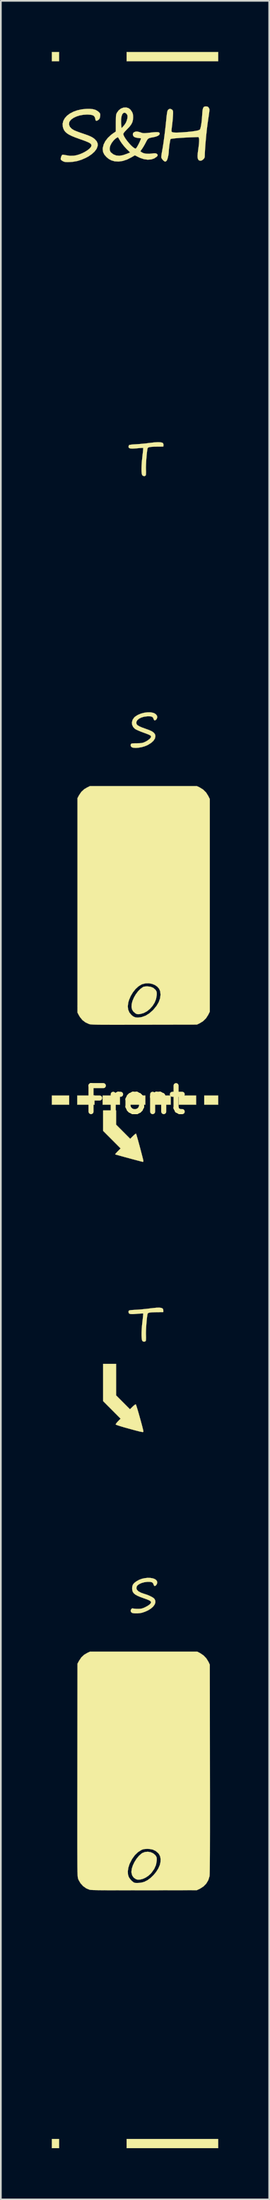
<source format=kicad_pcb>
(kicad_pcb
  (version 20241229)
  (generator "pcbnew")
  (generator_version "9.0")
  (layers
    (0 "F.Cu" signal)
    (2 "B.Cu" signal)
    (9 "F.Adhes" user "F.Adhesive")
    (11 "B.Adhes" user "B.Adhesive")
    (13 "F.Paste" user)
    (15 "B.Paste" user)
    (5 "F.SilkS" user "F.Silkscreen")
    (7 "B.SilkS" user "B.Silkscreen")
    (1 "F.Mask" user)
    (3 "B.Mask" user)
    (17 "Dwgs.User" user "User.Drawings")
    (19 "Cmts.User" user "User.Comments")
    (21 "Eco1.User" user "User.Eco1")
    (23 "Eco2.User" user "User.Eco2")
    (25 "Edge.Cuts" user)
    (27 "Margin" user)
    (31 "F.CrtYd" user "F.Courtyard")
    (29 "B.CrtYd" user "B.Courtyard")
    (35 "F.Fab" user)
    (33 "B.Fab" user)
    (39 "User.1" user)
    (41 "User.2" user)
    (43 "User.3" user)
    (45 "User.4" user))
  (footprint "Front"
    (layer "F.Cu")
    (at 4.887 61.501)
    (property "Reference" "Front" (at 0 0 0) (layer "F.SilkS") (effects (font (size 1.524 1.524) (thickness 0.3))))
    (attr through_hole)
    (fp_poly (pts (xy -4.459 -60.96) (xy -4.882 -60.96) (xy -4.882 -61.496) (xy -4.459 -61.496) (xy -4.459 -60.96)) (stroke (width 0.01) (type solid)) (fill yes) (layer "F.SilkS"))
    (fp_poly (pts (xy -4.459 61.524) (xy -4.882 61.524) (xy -4.882 60.988) (xy -4.459 60.988) (xy -4.459 61.524)) (stroke (width 0.01) (type solid)) (fill yes) (layer "F.SilkS"))
    (fp_poly (pts (xy -3.866 0.282) (xy -4.882 0.282) (xy -4.882 -0.254) (xy -3.866 -0.254) (xy -3.866 0.282)) (stroke (width 0.01) (type solid)) (fill yes) (layer "F.SilkS"))
    (fp_poly (pts (xy -2.371 0.282) (xy -3.387 0.282) (xy -3.387 -0.254) (xy -2.371 -0.254) (xy -2.371 0.282)) (stroke (width 0.01) (type solid)) (fill yes) (layer "F.SilkS"))
    (fp_poly (pts (xy -0.875 0.282) (xy -1.891 0.282) (xy -1.891 -0.254) (xy -0.875 -0.254) (xy -0.875 0.282)) (stroke (width 0.01) (type solid)) (fill yes) (layer "F.SilkS"))
    (fp_poly (pts (xy 0.621 0.282) (xy -0.395 0.282) (xy -0.395 -0.254) (xy 0.621 -0.254) (xy 0.621 0.282)) (stroke (width 0.01) (type solid)) (fill yes) (layer "F.SilkS"))
    (fp_poly (pts (xy 2.117 0.282) (xy 1.101 0.282) (xy 1.101 -0.254) (xy 2.117 -0.254) (xy 2.117 0.282)) (stroke (width 0.01) (type solid)) (fill yes) (layer "F.SilkS"))
    (fp_poly (pts (xy 3.612 0.282) (xy 2.596 0.282) (xy 2.596 -0.254) (xy 3.612 -0.254) (xy 3.612 0.282)) (stroke (width 0.01) (type solid)) (fill yes) (layer "F.SilkS"))
    (fp_poly (pts (xy 4.911 -60.96) (xy -0.48 -60.96) (xy -0.48 -61.496) (xy 4.911 -61.496) (xy 4.911 -60.96)) (stroke (width 0.01) (type solid)) (fill yes) (layer "F.SilkS"))
    (fp_poly (pts (xy 4.911 0.282) (xy 4.092 0.282) (xy 4.092 -0.254) (xy 4.911 -0.254) (xy 4.911 0.282)) (stroke (width 0.01) (type solid)) (fill yes) (layer "F.SilkS"))
    (fp_poly (pts (xy 4.911 61.524) (xy -0.48 61.524) (xy -0.48 60.988) (xy 4.911 60.988) (xy 4.911 61.524)) (stroke (width 0.01) (type solid)) (fill yes) (layer "F.SilkS"))
    (fp_poly (pts (xy 0.933 44.154) (xy 1.083 44.221) (xy 1.206 44.325) (xy 1.236 44.365) (xy 1.272 44.425) (xy 1.291 44.484) (xy 1.296 44.561) (xy 1.291 44.668) (xy 1.249 44.901) (xy 1.15 45.128) (xy 0.995 45.348) (xy 0.941 45.41) (xy 0.797 45.541) (xy 0.637 45.646) (xy 0.471 45.721) (xy 0.311 45.762) (xy 0.166 45.764) (xy 0.071 45.738) (xy -0.059 45.649) (xy -0.149 45.524) (xy -0.193 45.369) (xy -0.198 45.298) (xy -0.175 45.121) (xy -0.112 44.927) (xy -0.017 44.73) (xy 0.102 44.541) (xy 0.239 44.375) (xy 0.385 44.244) (xy 0.448 44.202) (xy 0.602 44.142) (xy 0.768 44.126) (xy 0.933 44.154)) (stroke (width 0.01) (type solid)) (fill yes) (layer "F.SilkS"))
    (fp_poly (pts (xy 0.926 -6.639) (xy 1.084 -6.576) (xy 1.206 -6.475) (xy 1.237 -6.435) (xy 1.273 -6.374) (xy 1.291 -6.314) (xy 1.296 -6.234) (xy 1.291 -6.135) (xy 1.252 -5.917) (xy 1.168 -5.706) (xy 1.044 -5.51) (xy 0.889 -5.337) (xy 0.711 -5.195) (xy 0.516 -5.093) (xy 0.311 -5.037) (xy 0.28 -5.033) (xy 0.18 -5.028) (xy 0.109 -5.041) (xy 0.042 -5.077) (xy 0.031 -5.084) (xy -0.09 -5.189) (xy -0.161 -5.309) (xy -0.191 -5.443) (xy -0.183 -5.614) (xy -0.135 -5.805) (xy -0.052 -6.001) (xy 0.059 -6.193) (xy 0.19 -6.368) (xy 0.336 -6.515) (xy 0.488 -6.623) (xy 0.499 -6.628) (xy 0.56 -6.646) (xy 0.654 -6.657) (xy 0.74 -6.66) (xy 0.926 -6.639)) (stroke (width 0.01) (type solid)) (fill yes) (layer "F.SilkS"))
    (fp_poly (pts (xy -1.101 17.343) (xy -0.692 17.751) (xy -0.283 18.16) (xy -0.13 18.009) (xy -0.053 17.938) (xy 0.013 17.889) (xy 0.055 17.87) (xy 0.059 17.87) (xy 0.073 17.899) (xy 0.099 17.973) (xy 0.135 18.086) (xy 0.178 18.228) (xy 0.226 18.392) (xy 0.276 18.568) (xy 0.327 18.75) (xy 0.376 18.927) (xy 0.421 19.093) (xy 0.458 19.239) (xy 0.487 19.356) (xy 0.504 19.436) (xy 0.508 19.466) (xy 0.504 19.483) (xy 0.487 19.492) (xy 0.453 19.494) (xy 0.396 19.486) (xy 0.311 19.469) (xy 0.192 19.44) (xy 0.033 19.399) (xy -0.17 19.344) (xy -0.365 19.291) (xy -0.569 19.235) (xy -0.75 19.182) (xy -0.903 19.135) (xy -1.02 19.097) (xy -1.096 19.068) (xy -1.123 19.052) (xy -1.111 19.016) (xy -1.066 18.954) (xy -0.998 18.877) (xy -0.985 18.863) (xy -0.834 18.711) (xy -1.348 18.196) (xy -1.863 17.681) (xy -1.863 15.494) (xy -1.101 15.494) (xy -1.101 17.343)) (stroke (width 0.01) (type solid)) (fill yes) (layer "F.SilkS"))
    (fp_poly (pts (xy -1.101 1.453) (xy -0.685 1.869) (xy -0.269 2.286) (xy -0.107 2.125) (xy -0.03 2.053) (xy 0.032 2.003) (xy 0.069 1.983) (xy 0.074 1.984) (xy 0.086 2.015) (xy 0.11 2.093) (xy 0.144 2.209) (xy 0.185 2.354) (xy 0.231 2.52) (xy 0.28 2.698) (xy 0.329 2.881) (xy 0.376 3.059) (xy 0.419 3.225) (xy 0.456 3.37) (xy 0.485 3.485) (xy 0.503 3.562) (xy 0.507 3.591) (xy 0.492 3.632) (xy 0.473 3.638) (xy 0.437 3.63) (xy 0.355 3.609) (xy 0.232 3.577) (xy 0.076 3.536) (xy -0.105 3.488) (xy -0.305 3.434) (xy -0.353 3.421) (xy -0.555 3.367) (xy -0.739 3.316) (xy -0.897 3.272) (xy -1.024 3.237) (xy -1.111 3.212) (xy -1.153 3.199) (xy -1.155 3.198) (xy -1.143 3.175) (xy -1.098 3.122) (xy -1.031 3.049) (xy -1.001 3.019) (xy -0.834 2.85) (xy -1.348 2.335) (xy -1.863 1.82) (xy -1.863 0.621) (xy -1.101 0.621) (xy -1.101 1.453)) (stroke (width 0.01) (type solid)) (fill yes) (layer "F.SilkS"))
    (fp_poly (pts (xy 1.512 -38.592) (xy 1.619 -38.569) (xy 1.654 -38.549) (xy 1.684 -38.493) (xy 1.688 -38.428) (xy 1.679 -38.341) (xy 1.326 -38.338) (xy 1.129 -38.335) (xy 0.981 -38.326) (xy 0.876 -38.313) (xy 0.807 -38.292) (xy 0.767 -38.264) (xy 0.751 -38.231) (xy 0.733 -38.133) (xy 0.715 -37.992) (xy 0.697 -37.822) (xy 0.681 -37.635) (xy 0.669 -37.445) (xy 0.66 -37.265) (xy 0.656 -37.109) (xy 0.658 -36.999) (xy 0.662 -36.864) (xy 0.66 -36.752) (xy 0.652 -36.676) (xy 0.645 -36.653) (xy 0.595 -36.612) (xy 0.526 -36.609) (xy 0.46 -36.643) (xy 0.439 -36.667) (xy 0.414 -36.736) (xy 0.4 -36.855) (xy 0.395 -37.016) (xy 0.401 -37.215) (xy 0.416 -37.444) (xy 0.442 -37.698) (xy 0.452 -37.788) (xy 0.471 -37.943) (xy 0.485 -38.077) (xy 0.494 -38.181) (xy 0.498 -38.246) (xy 0.496 -38.262) (xy 0.465 -38.264) (xy 0.389 -38.262) (xy 0.279 -38.254) (xy 0.146 -38.242) (xy 0.136 -38.241) (xy -0.049 -38.227) (xy -0.185 -38.224) (xy -0.279 -38.235) (xy -0.336 -38.26) (xy -0.363 -38.301) (xy -0.367 -38.336) (xy -0.353 -38.4) (xy -0.332 -38.431) (xy -0.291 -38.443) (xy -0.207 -38.455) (xy -0.089 -38.467) (xy 0.05 -38.476) (xy 0.072 -38.477) (xy 0.243 -38.488) (xy 0.445 -38.506) (xy 0.656 -38.527) (xy 0.851 -38.551) (xy 0.876 -38.554) (xy 1.142 -38.585) (xy 1.354 -38.598) (xy 1.512 -38.592)) (stroke (width 0.01) (type solid)) (fill yes) (layer "F.SilkS"))
    (fp_poly (pts (xy 1.539 12.205) (xy 1.613 12.229) (xy 1.657 12.268) (xy 1.677 12.323) (xy 1.679 12.36) (xy 1.679 12.455) (xy 1.298 12.46) (xy 1.11 12.465) (xy 0.971 12.472) (xy 0.874 12.484) (xy 0.81 12.502) (xy 0.772 12.528) (xy 0.753 12.562) (xy 0.752 12.569) (xy 0.733 12.667) (xy 0.715 12.808) (xy 0.697 12.978) (xy 0.681 13.165) (xy 0.669 13.355) (xy 0.66 13.535) (xy 0.656 13.691) (xy 0.658 13.801) (xy 0.662 13.936) (xy 0.66 14.048) (xy 0.652 14.124) (xy 0.645 14.147) (xy 0.595 14.187) (xy 0.525 14.192) (xy 0.46 14.161) (xy 0.448 14.149) (xy 0.423 14.088) (xy 0.408 13.979) (xy 0.4 13.829) (xy 0.401 13.647) (xy 0.411 13.439) (xy 0.429 13.215) (xy 0.45 13.028) (xy 0.469 12.87) (xy 0.483 12.733) (xy 0.493 12.625) (xy 0.497 12.557) (xy 0.496 12.537) (xy 0.464 12.534) (xy 0.387 12.537) (xy 0.277 12.544) (xy 0.144 12.555) (xy 0.132 12.556) (xy -0.049 12.571) (xy -0.182 12.574) (xy -0.274 12.565) (xy -0.33 12.542) (xy -0.359 12.503) (xy -0.367 12.447) (xy -0.365 12.409) (xy -0.355 12.381) (xy -0.327 12.361) (xy -0.275 12.346) (xy -0.19 12.336) (xy -0.064 12.327) (xy 0.099 12.319) (xy 0.262 12.308) (xy 0.456 12.29) (xy 0.658 12.27) (xy 0.843 12.247) (xy 0.847 12.247) (xy 1.09 12.217) (xy 1.283 12.199) (xy 1.431 12.195) (xy 1.539 12.205)) (stroke (width 0.01) (type solid)) (fill yes) (layer "F.SilkS"))
    (fp_poly (pts (xy 3.815 -18.34) (xy 4.024 -18.212) (xy 4.197 -18.042) (xy 4.325 -17.84) (xy 4.417 -17.654) (xy 4.417 -5.178) (xy 4.325 -4.991) (xy 4.193 -4.785) (xy 4.019 -4.616) (xy 3.815 -4.492) (xy 3.655 -4.417) (xy 0.55 -4.41) (xy 0.064 -4.409) (xy -0.37 -4.409) (xy -0.753 -4.408) (xy -1.09 -4.408) (xy -1.384 -4.408) (xy -1.637 -4.409) (xy -1.853 -4.41) (xy -2.036 -4.411) (xy -2.188 -4.413) (xy -2.313 -4.416) (xy -2.414 -4.419) (xy -2.494 -4.423) (xy -2.557 -4.428) (xy -2.606 -4.433) (xy -2.643 -4.439) (xy -2.673 -4.446) (xy -2.699 -4.454) (xy -2.701 -4.455) (xy -2.911 -4.552) (xy -3.085 -4.685) (xy -3.229 -4.863) (xy -3.297 -4.978) (xy -3.373 -5.122) (xy -3.373 -5.495) (xy -0.412 -5.495) (xy -0.392 -5.304) (xy -0.322 -5.134) (xy -0.2 -4.982) (xy -0.193 -4.976) (xy -0.081 -4.889) (xy 0.041 -4.84) (xy 0.183 -4.828) (xy 0.356 -4.849) (xy 0.43 -4.865) (xy 0.642 -4.942) (xy 0.853 -5.073) (xy 1.065 -5.259) (xy 1.1 -5.296) (xy 1.278 -5.511) (xy 1.409 -5.732) (xy 1.49 -5.954) (xy 1.519 -6.171) (xy 1.498 -6.371) (xy 1.435 -6.518) (xy 1.329 -6.642) (xy 1.188 -6.74) (xy 1.022 -6.808) (xy 0.84 -6.842) (xy 0.652 -6.841) (xy 0.466 -6.799) (xy 0.386 -6.767) (xy 0.21 -6.657) (xy 0.042 -6.502) (xy -0.11 -6.311) (xy -0.24 -6.095) (xy -0.339 -5.864) (xy -0.383 -5.711) (xy -0.412 -5.495) (xy -3.373 -5.495) (xy -3.373 -17.709) (xy -3.276 -17.888) (xy -3.144 -18.081) (xy -2.976 -18.234) (xy -2.794 -18.341) (xy -2.639 -18.415) (xy 3.655 -18.415) (xy 3.815 -18.34)) (stroke (width 0.01) (type solid)) (fill yes) (layer "F.SilkS"))
    (fp_poly (pts (xy 0.911 28.057) (xy 1.054 28.08) (xy 1.174 28.122) (xy 1.263 28.184) (xy 1.314 28.263) (xy 1.319 28.36) (xy 1.316 28.373) (xy 1.279 28.455) (xy 1.222 28.514) (xy 1.17 28.533) (xy 1.137 28.508) (xy 1.109 28.449) (xy 1.107 28.441) (xy 1.074 28.365) (xy 1.017 28.316) (xy 0.927 28.291) (xy 0.795 28.286) (xy 0.724 28.289) (xy 0.553 28.312) (xy 0.394 28.357) (xy 0.259 28.419) (xy 0.16 28.493) (xy 0.113 28.561) (xy 0.094 28.665) (xy 0.129 28.759) (xy 0.217 28.845) (xy 0.36 28.923) (xy 0.558 28.993) (xy 0.58 28.999) (xy 0.737 29.051) (xy 0.888 29.114) (xy 1.019 29.181) (xy 1.116 29.247) (xy 1.156 29.285) (xy 1.209 29.392) (xy 1.211 29.507) (xy 1.166 29.625) (xy 1.078 29.742) (xy 0.951 29.854) (xy 0.79 29.956) (xy 0.598 30.043) (xy 0.414 30.102) (xy 0.295 30.124) (xy 0.16 30.136) (xy 0.026 30.137) (xy -0.089 30.127) (xy -0.162 30.107) (xy -0.227 30.05) (xy -0.242 29.974) (xy -0.213 29.9) (xy -0.169 29.851) (xy -0.116 29.846) (xy -0.091 29.852) (xy -0.025 29.862) (xy 0.077 29.87) (xy 0.192 29.873) (xy 0.198 29.873) (xy 0.324 29.868) (xy 0.424 29.851) (xy 0.527 29.815) (xy 0.607 29.779) (xy 0.759 29.698) (xy 0.872 29.618) (xy 0.94 29.543) (xy 0.96 29.488) (xy 0.947 29.446) (xy 0.906 29.406) (xy 0.829 29.363) (xy 0.71 29.314) (xy 0.548 29.256) (xy 0.325 29.176) (xy 0.153 29.102) (xy 0.025 29.029) (xy -0.064 28.952) (xy -0.12 28.866) (xy -0.148 28.767) (xy -0.155 28.669) (xy -0.144 28.545) (xy -0.106 28.446) (xy -0.033 28.357) (xy 0.086 28.265) (xy 0.097 28.258) (xy 0.248 28.173) (xy 0.412 28.111) (xy 0.583 28.072) (xy 0.751 28.054) (xy 0.911 28.057)) (stroke (width 0.01) (type solid)) (fill yes) (layer "F.SilkS"))
    (fp_poly (pts (xy 0.938 -22.743) (xy 1.101 -22.71) (xy 1.138 -22.696) (xy 1.246 -22.627) (xy 1.309 -22.54) (xy 1.323 -22.445) (xy 1.286 -22.35) (xy 1.254 -22.312) (xy 1.192 -22.271) (xy 1.142 -22.285) (xy 1.108 -22.354) (xy 1.107 -22.359) (xy 1.073 -22.436) (xy 1.014 -22.485) (xy 0.921 -22.51) (xy 0.785 -22.514) (xy 0.732 -22.512) (xy 0.545 -22.487) (xy 0.383 -22.439) (xy 0.251 -22.373) (xy 0.155 -22.292) (xy 0.099 -22.2) (xy 0.091 -22.103) (xy 0.114 -22.04) (xy 0.168 -21.984) (xy 0.274 -21.921) (xy 0.426 -21.854) (xy 0.62 -21.784) (xy 0.649 -21.774) (xy 0.856 -21.7) (xy 1.011 -21.627) (xy 1.118 -21.55) (xy 1.184 -21.468) (xy 1.212 -21.375) (xy 1.214 -21.342) (xy 1.186 -21.209) (xy 1.103 -21.079) (xy 0.969 -20.955) (xy 0.784 -20.839) (xy 0.746 -20.819) (xy 0.586 -20.753) (xy 0.408 -20.702) (xy 0.227 -20.67) (xy 0.058 -20.657) (xy -0.085 -20.667) (xy -0.16 -20.687) (xy -0.222 -20.738) (xy -0.245 -20.812) (xy -0.229 -20.877) (xy -0.21 -20.899) (xy -0.173 -20.914) (xy -0.11 -20.922) (xy -0.01 -20.926) (xy 0.104 -20.927) (xy 0.256 -20.929) (xy 0.368 -20.937) (xy 0.459 -20.954) (xy 0.544 -20.981) (xy 0.567 -20.991) (xy 0.679 -21.045) (xy 0.786 -21.114) (xy 0.877 -21.187) (xy 0.938 -21.255) (xy 0.96 -21.307) (xy 0.955 -21.341) (xy 0.935 -21.371) (xy 0.893 -21.402) (xy 0.821 -21.438) (xy 0.713 -21.481) (xy 0.562 -21.537) (xy 0.494 -21.562) (xy 0.346 -21.617) (xy 0.21 -21.674) (xy 0.097 -21.726) (xy 0.022 -21.767) (xy 0.009 -21.776) (xy -0.098 -21.888) (xy -0.156 -22.02) (xy -0.166 -22.161) (xy -0.129 -22.301) (xy -0.043 -22.431) (xy 0.016 -22.487) (xy 0.168 -22.586) (xy 0.35 -22.664) (xy 0.549 -22.718) (xy 0.75 -22.745) (xy 0.938 -22.743)) (stroke (width 0.01) (type solid)) (fill yes) (layer "F.SilkS"))
    (fp_poly (pts (xy -2.457 -58.142) (xy -2.312 -58.101) (xy -2.192 -58.035) (xy -2.129 -57.983) (xy -2.068 -57.921) (xy -2.039 -57.87) (xy -2.034 -57.806) (xy -2.039 -57.738) (xy -2.057 -57.634) (xy -2.091 -57.564) (xy -2.129 -57.526) (xy -2.205 -57.475) (xy -2.269 -57.462) (xy -2.307 -57.486) (xy -2.314 -57.518) (xy -2.325 -57.582) (xy -2.351 -57.663) (xy -2.354 -57.671) (xy -2.396 -57.737) (xy -2.464 -57.782) (xy -2.565 -57.811) (xy -2.708 -57.825) (xy -2.832 -57.827) (xy -3.046 -57.813) (xy -3.252 -57.774) (xy -3.442 -57.713) (xy -3.607 -57.634) (xy -3.739 -57.541) (xy -3.829 -57.438) (xy -3.863 -57.363) (xy -3.871 -57.232) (xy -3.824 -57.111) (xy -3.725 -57.001) (xy -3.583 -56.91) (xy -3.509 -56.877) (xy -3.395 -56.832) (xy -3.256 -56.781) (xy -3.105 -56.728) (xy -3.07 -56.717) (xy -2.87 -56.648) (xy -2.714 -56.59) (xy -2.593 -56.538) (xy -2.497 -56.487) (xy -2.417 -56.433) (xy -2.353 -56.381) (xy -2.241 -56.257) (xy -2.186 -56.128) (xy -2.185 -55.989) (xy -2.239 -55.839) (xy -2.257 -55.804) (xy -2.368 -55.656) (xy -2.526 -55.511) (xy -2.721 -55.376) (xy -2.893 -55.283) (xy -3.146 -55.174) (xy -3.384 -55.101) (xy -3.626 -55.058) (xy -3.81 -55.044) (xy -3.952 -55.039) (xy -4.052 -55.041) (xy -4.126 -55.051) (xy -4.188 -55.07) (xy -4.224 -55.086) (xy -4.299 -55.131) (xy -4.35 -55.181) (xy -4.359 -55.198) (xy -4.359 -55.261) (xy -4.338 -55.344) (xy -4.304 -55.422) (xy -4.267 -55.468) (xy -4.226 -55.471) (xy -4.149 -55.461) (xy -4.059 -55.443) (xy -3.816 -55.406) (xy -3.581 -55.413) (xy -3.42 -55.443) (xy -3.252 -55.494) (xy -3.082 -55.564) (xy -2.919 -55.649) (xy -2.775 -55.74) (xy -2.66 -55.833) (xy -2.584 -55.921) (xy -2.566 -55.957) (xy -2.552 -56.013) (xy -2.56 -56.064) (xy -2.594 -56.111) (xy -2.66 -56.16) (xy -2.763 -56.212) (xy -2.907 -56.271) (xy -3.097 -56.341) (xy -3.231 -56.387) (xy -3.494 -56.481) (xy -3.707 -56.568) (xy -3.876 -56.652) (xy -4.006 -56.737) (xy -4.102 -56.827) (xy -4.171 -56.926) (xy -4.217 -57.037) (xy -4.235 -57.105) (xy -4.248 -57.283) (xy -4.209 -57.453) (xy -4.122 -57.612) (xy -3.992 -57.758) (xy -3.822 -57.886) (xy -3.617 -57.993) (xy -3.382 -58.077) (xy -3.12 -58.134) (xy -2.863 -58.159) (xy -2.638 -58.161) (xy -2.457 -58.142)) (stroke (width 0.01) (type solid)) (fill yes) (layer "F.SilkS"))
    (fp_poly (pts (xy 3.853 32.474) (xy 4.048 32.606) (xy 4.215 32.78) (xy 4.34 32.983) (xy 4.342 32.987) (xy 4.417 33.147) (xy 4.425 39.271) (xy 4.426 40.024) (xy 4.427 40.722) (xy 4.427 41.366) (xy 4.427 41.958) (xy 4.427 42.499) (xy 4.427 42.991) (xy 4.426 43.436) (xy 4.425 43.833) (xy 4.424 44.186) (xy 4.422 44.495) (xy 4.42 44.762) (xy 4.418 44.989) (xy 4.416 45.176) (xy 4.413 45.325) (xy 4.41 45.438) (xy 4.406 45.516) (xy 4.402 45.56) (xy 4.401 45.565) (xy 4.331 45.792) (xy 4.212 45.993) (xy 4.049 46.161) (xy 3.845 46.293) (xy 3.815 46.308) (xy 3.655 46.383) (xy 0.564 46.389) (xy 0.054 46.389) (xy -0.403 46.39) (xy -0.809 46.39) (xy -1.166 46.389) (xy -1.478 46.388) (xy -1.746 46.387) (xy -1.974 46.385) (xy -2.165 46.382) (xy -2.32 46.379) (xy -2.444 46.376) (xy -2.537 46.371) (xy -2.604 46.367) (xy -2.646 46.361) (xy -2.656 46.359) (xy -2.86 46.275) (xy -3.042 46.145) (xy -3.195 45.977) (xy -3.31 45.779) (xy -3.329 45.73) (xy -3.336 45.712) (xy -3.342 45.693) (xy -3.347 45.671) (xy -3.352 45.644) (xy -3.357 45.609) (xy -3.361 45.564) (xy -3.365 45.506) (xy -3.368 45.435) (xy -3.371 45.346) (xy -3.373 45.27) (xy -0.41 45.27) (xy -0.402 45.452) (xy -0.356 45.604) (xy -0.348 45.621) (xy -0.272 45.735) (xy -0.175 45.84) (xy -0.075 45.919) (xy -0.028 45.944) (xy 0.054 45.961) (xy 0.171 45.962) (xy 0.307 45.951) (xy 0.443 45.927) (xy 0.56 45.894) (xy 0.564 45.892) (xy 0.751 45.798) (xy 0.934 45.663) (xy 1.107 45.497) (xy 1.26 45.311) (xy 1.384 45.114) (xy 1.472 44.917) (xy 1.514 44.742) (xy 1.522 44.555) (xy 1.496 44.404) (xy 1.433 44.276) (xy 1.38 44.21) (xy 1.234 44.084) (xy 1.066 44.004) (xy 0.867 43.964) (xy 0.748 43.959) (xy 0.61 43.964) (xy 0.507 43.98) (xy 0.416 44.012) (xy 0.389 44.024) (xy 0.188 44.151) (xy 0.004 44.329) (xy -0.158 44.551) (xy -0.294 44.813) (xy -0.316 44.866) (xy -0.381 45.071) (xy -0.41 45.27) (xy -3.373 45.27) (xy -3.374 45.239) (xy -3.376 45.11) (xy -3.378 44.958) (xy -3.379 44.78) (xy -3.38 44.574) (xy -3.381 44.338) (xy -3.382 44.07) (xy -3.383 43.767) (xy -3.383 43.427) (xy -3.383 43.048) (xy -3.383 42.628) (xy -3.383 42.164) (xy -3.382 41.654) (xy -3.382 41.095) (xy -3.381 40.487) (xy -3.38 39.826) (xy -3.38 39.333) (xy -3.373 33.091) (xy -3.277 32.914) (xy -3.143 32.717) (xy -2.977 32.564) (xy -2.797 32.459) (xy -2.639 32.385) (xy 3.683 32.385) (xy 3.853 32.474)) (stroke (width 0.01) (type solid)) (fill yes) (layer "F.SilkS"))
    (fp_poly (pts (xy 4.275 -58.297) (xy 4.333 -58.26) (xy 4.373 -58.198) (xy 4.384 -58.176) (xy 4.392 -58.153) (xy 4.396 -58.123) (xy 4.395 -58.078) (xy 4.389 -58.011) (xy 4.377 -57.916) (xy 4.359 -57.785) (xy 4.333 -57.612) (xy 4.304 -57.418) (xy 4.272 -57.184) (xy 4.24 -56.921) (xy 4.21 -56.642) (xy 4.183 -56.356) (xy 4.159 -56.077) (xy 4.14 -55.816) (xy 4.127 -55.584) (xy 4.121 -55.393) (xy 4.121 -55.349) (xy 4.096 -55.273) (xy 4.035 -55.199) (xy 3.955 -55.141) (xy 3.874 -55.118) (xy 3.873 -55.118) (xy 3.794 -55.133) (xy 3.739 -55.181) (xy 3.707 -55.266) (xy 3.698 -55.393) (xy 3.71 -55.566) (xy 3.725 -55.683) (xy 3.759 -55.93) (xy 3.781 -56.125) (xy 3.791 -56.273) (xy 3.791 -56.375) (xy 3.78 -56.436) (xy 3.752 -56.509) (xy 3.266 -56.49) (xy 3.037 -56.48) (xy 2.818 -56.468) (xy 2.616 -56.454) (xy 2.438 -56.439) (xy 2.291 -56.425) (xy 2.183 -56.41) (xy 2.121 -56.397) (xy 2.11 -56.392) (xy 2.096 -56.355) (xy 2.078 -56.275) (xy 2.059 -56.166) (xy 2.04 -56.041) (xy 2.023 -55.912) (xy 2.01 -55.795) (xy 2.004 -55.701) (xy 2.003 -55.682) (xy 1.996 -55.566) (xy 1.976 -55.436) (xy 1.948 -55.309) (xy 1.916 -55.2) (xy 1.882 -55.127) (xy 1.873 -55.114) (xy 1.82 -55.071) (xy 1.768 -55.07) (xy 1.703 -55.114) (xy 1.667 -55.148) (xy 1.609 -55.218) (xy 1.569 -55.285) (xy 1.564 -55.301) (xy 1.562 -55.355) (xy 1.572 -55.45) (xy 1.589 -55.569) (xy 1.606 -55.658) (xy 1.64 -55.848) (xy 1.678 -56.082) (xy 1.716 -56.351) (xy 1.755 -56.643) (xy 1.792 -56.947) (xy 1.827 -57.253) (xy 1.853 -57.514) (xy 1.873 -57.709) (xy 1.891 -57.856) (xy 1.907 -57.962) (xy 1.925 -58.034) (xy 1.944 -58.082) (xy 1.955 -58.099) (xy 2.029 -58.155) (xy 2.115 -58.159) (xy 2.198 -58.112) (xy 2.205 -58.106) (xy 2.231 -58.075) (xy 2.248 -58.04) (xy 2.255 -57.987) (xy 2.256 -57.904) (xy 2.25 -57.78) (xy 2.248 -57.746) (xy 2.237 -57.58) (xy 2.219 -57.394) (xy 2.2 -57.221) (xy 2.192 -57.167) (xy 2.177 -57.043) (xy 2.166 -56.936) (xy 2.163 -56.862) (xy 2.165 -56.838) (xy 2.19 -56.805) (xy 2.246 -56.782) (xy 2.339 -56.77) (xy 2.475 -56.767) (xy 2.658 -56.774) (xy 2.8 -56.783) (xy 3.099 -56.807) (xy 3.35 -56.833) (xy 3.551 -56.861) (xy 3.698 -56.89) (xy 3.75 -56.905) (xy 3.8 -56.923) (xy 3.833 -56.947) (xy 3.856 -56.989) (xy 3.877 -57.061) (xy 3.901 -57.176) (xy 3.902 -57.178) (xy 3.923 -57.304) (xy 3.943 -57.464) (xy 3.959 -57.638) (xy 3.97 -57.794) (xy 3.982 -57.979) (xy 3.999 -58.115) (xy 4.024 -58.209) (xy 4.061 -58.267) (xy 4.111 -58.298) (xy 4.179 -58.307) (xy 4.186 -58.307) (xy 4.275 -58.297)) (stroke (width 0.01) (type solid)) (fill yes) (layer "F.SilkS"))
    (fp_poly (pts (xy -0.5 -58.242) (xy -0.369 -58.204) (xy -0.262 -58.123) (xy -0.169 -57.994) (xy -0.13 -57.913) (xy -0.108 -57.83) (xy -0.1 -57.724) (xy -0.099 -57.658) (xy -0.109 -57.511) (xy -0.143 -57.379) (xy -0.207 -57.253) (xy -0.307 -57.12) (xy -0.449 -56.971) (xy -0.469 -56.951) (xy -0.568 -56.849) (xy -0.638 -56.765) (xy -0.674 -56.705) (xy -0.677 -56.691) (xy -0.659 -56.613) (xy -0.608 -56.512) (xy -0.533 -56.394) (xy -0.44 -56.269) (xy -0.337 -56.144) (xy -0.232 -56.03) (xy -0.13 -55.934) (xy -0.04 -55.865) (xy 0.03 -55.831) (xy 0.055 -55.83) (xy 0.084 -55.856) (xy 0.128 -55.918) (xy 0.179 -56.007) (xy 0.234 -56.109) (xy 0.285 -56.214) (xy 0.328 -56.31) (xy 0.356 -56.386) (xy 0.364 -56.429) (xy 0.359 -56.436) (xy 0.314 -56.441) (xy 0.232 -56.451) (xy 0.16 -56.459) (xy 0.023 -56.488) (xy -0.065 -56.54) (xy -0.108 -56.618) (xy -0.113 -56.669) (xy -0.1 -56.737) (xy -0.05 -56.785) (xy -0.024 -56.799) (xy 0.056 -56.827) (xy 0.148 -56.829) (xy 0.265 -56.804) (xy 0.375 -56.768) (xy 0.431 -56.749) (xy 0.483 -56.738) (xy 0.542 -56.733) (xy 0.62 -56.736) (xy 0.729 -56.745) (xy 0.879 -56.762) (xy 0.93 -56.768) (xy 1.119 -56.788) (xy 1.259 -56.797) (xy 1.358 -56.795) (xy 1.421 -56.78) (xy 1.455 -56.752) (xy 1.467 -56.709) (xy 1.468 -56.697) (xy 1.44 -56.637) (xy 1.363 -56.581) (xy 1.242 -56.533) (xy 1.089 -56.498) (xy 0.953 -56.473) (xy 0.858 -56.448) (xy 0.792 -56.412) (xy 0.741 -56.357) (xy 0.692 -56.274) (xy 0.649 -56.19) (xy 0.582 -56.065) (xy 0.509 -55.939) (xy 0.443 -55.836) (xy 0.431 -55.818) (xy 0.328 -55.675) (xy 0.391 -55.624) (xy 0.505 -55.564) (xy 0.661 -55.53) (xy 0.85 -55.525) (xy 0.988 -55.538) (xy 1.109 -55.553) (xy 1.189 -55.556) (xy 1.243 -55.549) (xy 1.285 -55.529) (xy 1.289 -55.527) (xy 1.344 -55.474) (xy 1.345 -55.419) (xy 1.293 -55.354) (xy 1.291 -55.352) (xy 1.14 -55.251) (xy 0.959 -55.193) (xy 0.757 -55.18) (xy 0.539 -55.211) (xy 0.313 -55.285) (xy 0.208 -55.335) (xy 0.006 -55.438) (xy -0.196 -55.319) (xy -0.453 -55.188) (xy -0.707 -55.105) (xy -0.95 -55.07) (xy -1.177 -55.084) (xy -1.202 -55.089) (xy -1.381 -55.142) (xy -1.532 -55.223) (xy -1.663 -55.331) (xy -1.79 -55.474) (xy -1.863 -55.623) (xy -1.887 -55.786) (xy -1.883 -55.86) (xy -1.479 -55.86) (xy -1.473 -55.732) (xy -1.424 -55.626) (xy -1.411 -55.612) (xy -1.265 -55.493) (xy -1.094 -55.425) (xy -0.905 -55.408) (xy -0.699 -55.443) (xy -0.661 -55.455) (xy -0.549 -55.494) (xy -0.439 -55.534) (xy -0.383 -55.557) (xy -0.271 -55.603) (xy -0.481 -55.807) (xy -0.637 -55.977) (xy -0.782 -56.166) (xy -0.841 -56.256) (xy -0.99 -56.501) (xy -1.069 -56.46) (xy -1.134 -56.416) (xy -1.211 -56.347) (xy -1.25 -56.306) (xy -1.365 -56.155) (xy -1.442 -56.004) (xy -1.479 -55.86) (xy -1.883 -55.86) (xy -1.883 -55.862) (xy -1.835 -56.066) (xy -1.734 -56.267) (xy -1.585 -56.459) (xy -1.393 -56.637) (xy -1.284 -56.718) (xy -1.115 -56.833) (xy -1.115 -57.323) (xy -1.115 -57.367) (xy -0.807 -57.367) (xy -0.802 -57.268) (xy -0.783 -57.033) (xy -0.691 -57.122) (xy -0.622 -57.201) (xy -0.552 -57.302) (xy -0.523 -57.351) (xy -0.475 -57.463) (xy -0.44 -57.587) (xy -0.432 -57.637) (xy -0.427 -57.735) (xy -0.44 -57.801) (xy -0.476 -57.859) (xy -0.479 -57.863) (xy -0.546 -57.921) (xy -0.608 -57.94) (xy -0.681 -57.914) (xy -0.739 -57.838) (xy -0.781 -57.718) (xy -0.804 -57.559) (xy -0.807 -57.367) (xy -1.115 -57.367) (xy -1.114 -57.503) (xy -1.112 -57.637) (xy -1.107 -57.734) (xy -1.098 -57.804) (xy -1.085 -57.857) (xy -1.066 -57.904) (xy -1.053 -57.93) (xy -0.948 -58.075) (xy -0.815 -58.178) (xy -0.664 -58.236) (xy -0.502 -58.242) (xy -0.5 -58.242)) (stroke (width 0.01) (type solid)) (fill yes) (layer "F.SilkS")))
  (gr_rect
    (start -3 -3)
    (end 12.803 126.031)
    (stroke (width 0.1) (type default))
    (fill no)
    (layer "Edge.Cuts")))
</source>
